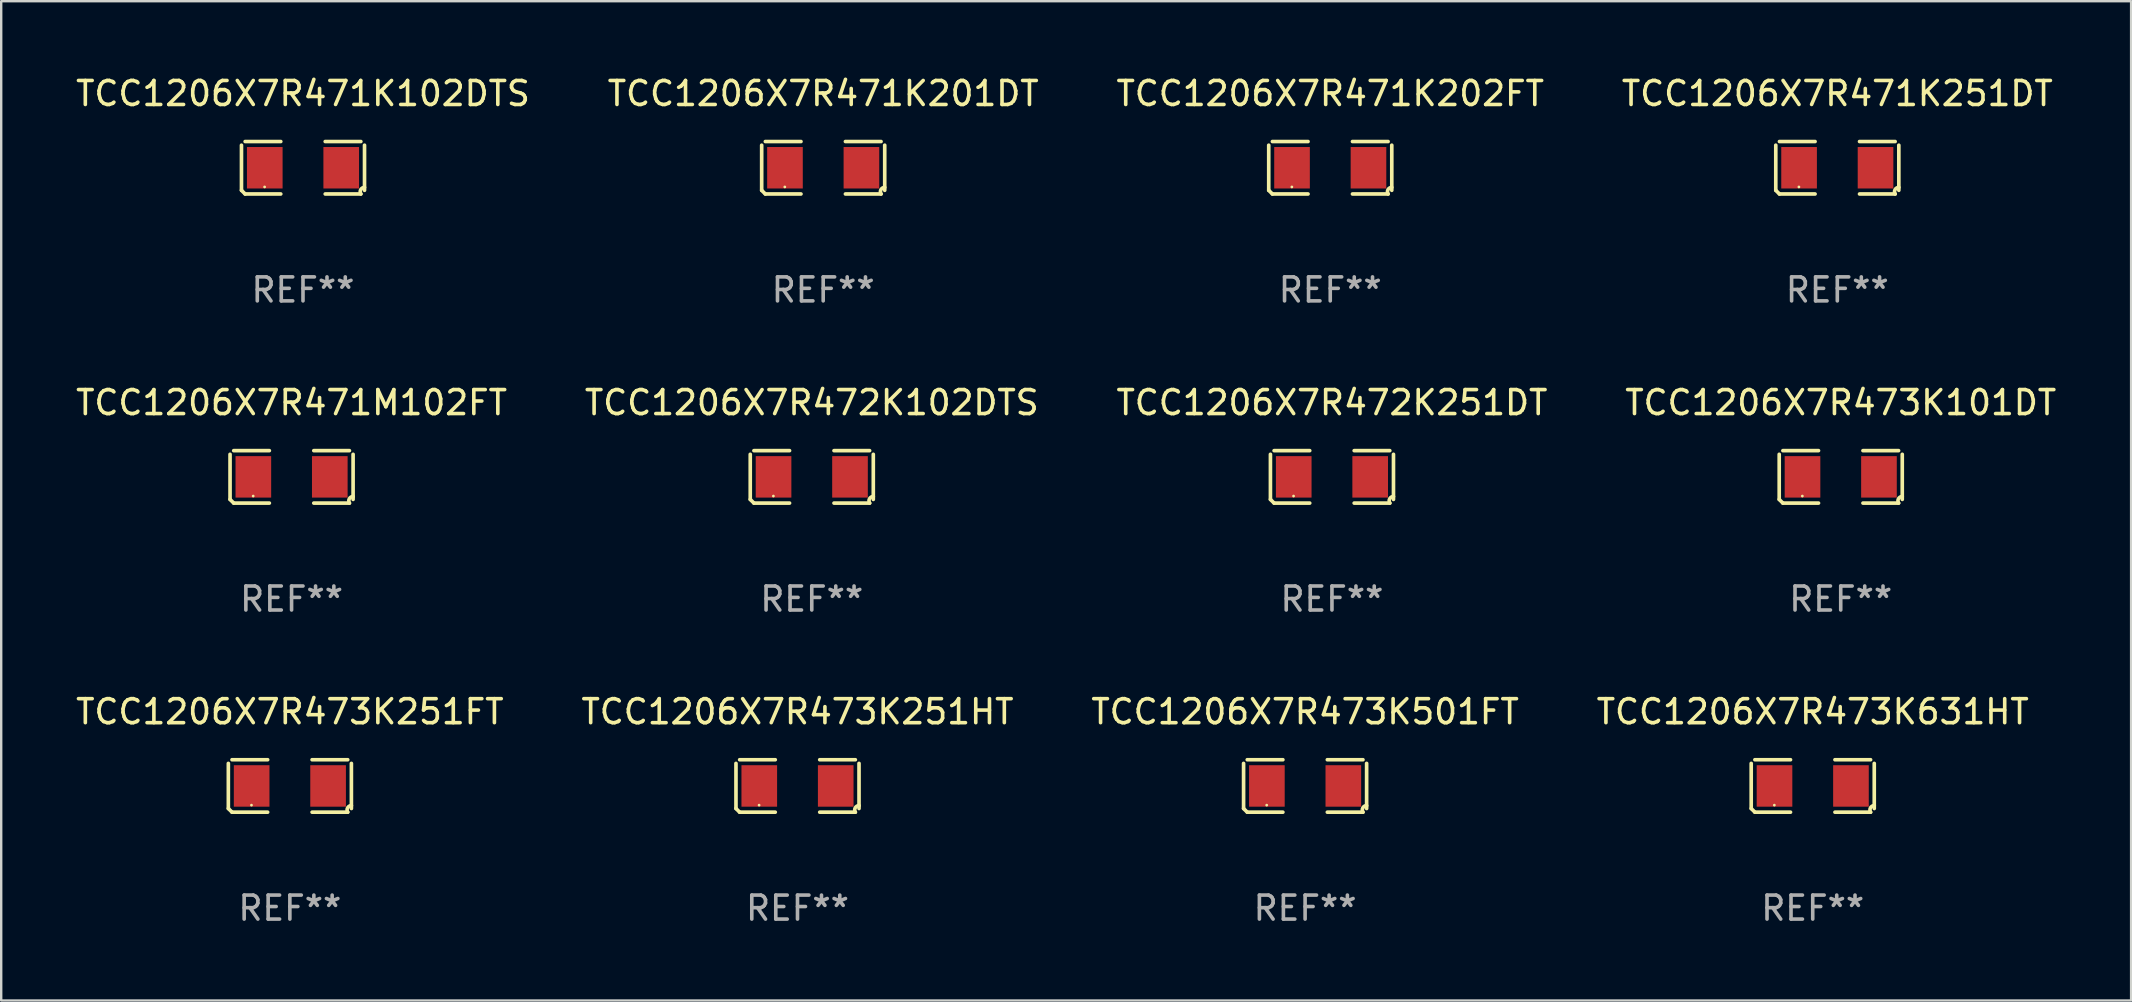
<source format=kicad_pcb>
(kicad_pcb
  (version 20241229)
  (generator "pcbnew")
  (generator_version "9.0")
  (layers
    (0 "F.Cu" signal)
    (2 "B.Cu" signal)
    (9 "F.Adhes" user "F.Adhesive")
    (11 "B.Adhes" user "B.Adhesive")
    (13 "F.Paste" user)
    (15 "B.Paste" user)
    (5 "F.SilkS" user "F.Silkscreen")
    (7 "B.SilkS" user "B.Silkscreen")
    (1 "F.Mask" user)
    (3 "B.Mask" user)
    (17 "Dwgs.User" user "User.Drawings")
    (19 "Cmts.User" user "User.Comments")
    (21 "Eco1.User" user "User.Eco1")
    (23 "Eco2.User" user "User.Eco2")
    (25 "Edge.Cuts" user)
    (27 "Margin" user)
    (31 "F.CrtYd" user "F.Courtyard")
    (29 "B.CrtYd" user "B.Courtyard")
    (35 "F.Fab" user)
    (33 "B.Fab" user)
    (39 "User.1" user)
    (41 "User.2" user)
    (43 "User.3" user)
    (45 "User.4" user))
  (footprint "TCC1206X7R471K251DT"
    (layer "F.Cu")
    (at 73.518 3.941)
    (property "Reference" "TCC1206X7R471K251DT" (at 0 -3.093 0) (layer "F.SilkS") (effects (font (size 1 1) (thickness 0.15))))
    (attr through_hole)
    (fp_line (start -2.564 0.94) (end -2.564 -0.94) (stroke (width 0.152) (type solid)) (layer "F.SilkS"))
    (fp_line (start -2.411 -1.093) (end -0.926 -1.093) (stroke (width 0.152) (type solid)) (layer "F.SilkS"))
    (fp_line (start -0.926 1.093) (end -2.411 1.093) (stroke (width 0.152) (type solid)) (layer "F.SilkS"))
    (fp_line (start 0.926 1.093) (end 2.411 1.093) (stroke (width 0.152) (type solid)) (layer "F.SilkS"))
    (fp_line (start 2.411 -1.093) (end 0.926 -1.093) (stroke (width 0.152) (type solid)) (layer "F.SilkS"))
    (fp_line (start 2.564 0.94) (end 2.564 -0.94) (stroke (width 0.152) (type solid)) (layer "F.SilkS"))
    (fp_arc (start -2.411201 1.092609) (mid -2.487413 1.01642) (end -2.563602 0.940208) (stroke (width 0.1524) (type solid)) (layer "F.SilkS"))
    (fp_arc (start 2.411201 1.092609) (mid 2.407159 0.911226) (end 2.563602 0.819347) (stroke (width 0.1524) (type solid)) (layer "F.SilkS"))
    (fp_circle (center -1.6 0.8) (end -1.57 0.8) (stroke (width 0.06) (type solid)) (fill no) (layer "F.SilkS"))
    (fp_text user "REF**" (at 0 5.093 0) (layer "F.Fab") (effects (font (size 1 1) (thickness 0.15))))
    (pad "1" smd rect (at -1.593 0) (size 1.485 1.728) (layers "F.Cu" "F.Mask" "F.Paste"))
    (pad "2" smd rect (at 1.593 0) (size 1.485 1.728) (layers "F.Cu" "F.Mask" "F.Paste")))
  (footprint "TCC1206X7R472K102DTS"
    (layer "F.Cu")
    (at 30.78 16.823)
    (property "Reference" "TCC1206X7R472K102DTS" (at 0 -3.093 0) (layer "F.SilkS") (effects (font (size 1 1) (thickness 0.15))))
    (attr through_hole)
    (fp_line (start -2.564 0.94) (end -2.564 -0.94) (stroke (width 0.152) (type solid)) (layer "F.SilkS"))
    (fp_line (start -2.411 -1.093) (end -0.926 -1.093) (stroke (width 0.152) (type solid)) (layer "F.SilkS"))
    (fp_line (start -0.926 1.093) (end -2.411 1.093) (stroke (width 0.152) (type solid)) (layer "F.SilkS"))
    (fp_line (start 0.926 1.093) (end 2.411 1.093) (stroke (width 0.152) (type solid)) (layer "F.SilkS"))
    (fp_line (start 2.411 -1.093) (end 0.926 -1.093) (stroke (width 0.152) (type solid)) (layer "F.SilkS"))
    (fp_line (start 2.564 0.94) (end 2.564 -0.94) (stroke (width 0.152) (type solid)) (layer "F.SilkS"))
    (fp_arc (start -2.411201 1.092609) (mid -2.487413 1.01642) (end -2.563602 0.940208) (stroke (width 0.1524) (type solid)) (layer "F.SilkS"))
    (fp_arc (start 2.411201 1.092609) (mid 2.407159 0.911226) (end 2.563602 0.819347) (stroke (width 0.1524) (type solid)) (layer "F.SilkS"))
    (fp_circle (center -1.6 0.8) (end -1.57 0.8) (stroke (width 0.06) (type solid)) (fill no) (layer "F.SilkS"))
    (fp_text user "REF**" (at 0 5.093 0) (layer "F.Fab") (effects (font (size 1 1) (thickness 0.15))))
    (pad "1" smd rect (at -1.593 0) (size 1.485 1.728) (layers "F.Cu" "F.Mask" "F.Paste"))
    (pad "2" smd rect (at 1.593 0) (size 1.485 1.728) (layers "F.Cu" "F.Mask" "F.Paste")))
  (footprint "TCC1206X7R473K251HT"
    (layer "F.Cu")
    (at 30.185 29.704)
    (property "Reference" "TCC1206X7R473K251HT" (at 0 -3.093 0) (layer "F.SilkS") (effects (font (size 1 1) (thickness 0.15))))
    (attr through_hole)
    (fp_line (start -2.564 0.94) (end -2.564 -0.94) (stroke (width 0.152) (type solid)) (layer "F.SilkS"))
    (fp_line (start -2.411 -1.093) (end -0.926 -1.093) (stroke (width 0.152) (type solid)) (layer "F.SilkS"))
    (fp_line (start -0.926 1.093) (end -2.411 1.093) (stroke (width 0.152) (type solid)) (layer "F.SilkS"))
    (fp_line (start 0.926 1.093) (end 2.411 1.093) (stroke (width 0.152) (type solid)) (layer "F.SilkS"))
    (fp_line (start 2.411 -1.093) (end 0.926 -1.093) (stroke (width 0.152) (type solid)) (layer "F.SilkS"))
    (fp_line (start 2.564 0.94) (end 2.564 -0.94) (stroke (width 0.152) (type solid)) (layer "F.SilkS"))
    (fp_arc (start -2.411201 1.092609) (mid -2.487413 1.01642) (end -2.563602 0.940208) (stroke (width 0.1524) (type solid)) (layer "F.SilkS"))
    (fp_arc (start 2.411201 1.092609) (mid 2.407159 0.911226) (end 2.563602 0.819347) (stroke (width 0.1524) (type solid)) (layer "F.SilkS"))
    (fp_circle (center -1.6 0.8) (end -1.57 0.8) (stroke (width 0.06) (type solid)) (fill no) (layer "F.SilkS"))
    (fp_text user "REF**" (at 0 5.093 0) (layer "F.Fab") (effects (font (size 1 1) (thickness 0.15))))
    (pad "1" smd rect (at -1.593 0) (size 1.485 1.728) (layers "F.Cu" "F.Mask" "F.Paste"))
    (pad "2" smd rect (at 1.593 0) (size 1.485 1.728) (layers "F.Cu" "F.Mask" "F.Paste")))
  (footprint "TCC1206X7R473K501FT"
    (layer "F.Cu")
    (at 51.339 29.704)
    (property "Reference" "TCC1206X7R473K501FT" (at 0 -3.093 0) (layer "F.SilkS") (effects (font (size 1 1) (thickness 0.15))))
    (attr through_hole)
    (fp_line (start -2.564 0.94) (end -2.564 -0.94) (stroke (width 0.152) (type solid)) (layer "F.SilkS"))
    (fp_line (start -2.411 -1.093) (end -0.926 -1.093) (stroke (width 0.152) (type solid)) (layer "F.SilkS"))
    (fp_line (start -0.926 1.093) (end -2.411 1.093) (stroke (width 0.152) (type solid)) (layer "F.SilkS"))
    (fp_line (start 0.926 1.093) (end 2.411 1.093) (stroke (width 0.152) (type solid)) (layer "F.SilkS"))
    (fp_line (start 2.411 -1.093) (end 0.926 -1.093) (stroke (width 0.152) (type solid)) (layer "F.SilkS"))
    (fp_line (start 2.564 0.94) (end 2.564 -0.94) (stroke (width 0.152) (type solid)) (layer "F.SilkS"))
    (fp_arc (start -2.411201 1.092609) (mid -2.487413 1.01642) (end -2.563602 0.940208) (stroke (width 0.1524) (type solid)) (layer "F.SilkS"))
    (fp_arc (start 2.411201 1.092609) (mid 2.407159 0.911226) (end 2.563602 0.819347) (stroke (width 0.1524) (type solid)) (layer "F.SilkS"))
    (fp_circle (center -1.6 0.8) (end -1.57 0.8) (stroke (width 0.06) (type solid)) (fill no) (layer "F.SilkS"))
    (fp_text user "REF**" (at 0 5.093 0) (layer "F.Fab") (effects (font (size 1 1) (thickness 0.15))))
    (pad "1" smd rect (at -1.593 0) (size 1.485 1.728) (layers "F.Cu" "F.Mask" "F.Paste"))
    (pad "2" smd rect (at 1.593 0) (size 1.485 1.728) (layers "F.Cu" "F.Mask" "F.Paste")))
  (footprint "TCC1206X7R473K251FT"
    (layer "F.Cu")
    (at 9.03 29.704)
    (property "Reference" "TCC1206X7R473K251FT" (at 0 -3.093 0) (layer "F.SilkS") (effects (font (size 1 1) (thickness 0.15))))
    (attr through_hole)
    (fp_line (start -2.564 0.94) (end -2.564 -0.94) (stroke (width 0.152) (type solid)) (layer "F.SilkS"))
    (fp_line (start -2.411 -1.093) (end -0.926 -1.093) (stroke (width 0.152) (type solid)) (layer "F.SilkS"))
    (fp_line (start -0.926 1.093) (end -2.411 1.093) (stroke (width 0.152) (type solid)) (layer "F.SilkS"))
    (fp_line (start 0.926 1.093) (end 2.411 1.093) (stroke (width 0.152) (type solid)) (layer "F.SilkS"))
    (fp_line (start 2.411 -1.093) (end 0.926 -1.093) (stroke (width 0.152) (type solid)) (layer "F.SilkS"))
    (fp_line (start 2.564 0.94) (end 2.564 -0.94) (stroke (width 0.152) (type solid)) (layer "F.SilkS"))
    (fp_arc (start -2.411201 1.092609) (mid -2.487413 1.01642) (end -2.563602 0.940208) (stroke (width 0.1524) (type solid)) (layer "F.SilkS"))
    (fp_arc (start 2.411201 1.092609) (mid 2.407159 0.911226) (end 2.563602 0.819347) (stroke (width 0.1524) (type solid)) (layer "F.SilkS"))
    (fp_circle (center -1.6 0.8) (end -1.57 0.8) (stroke (width 0.06) (type solid)) (fill no) (layer "F.SilkS"))
    (fp_text user "REF**" (at 0 5.093 0) (layer "F.Fab") (effects (font (size 1 1) (thickness 0.15))))
    (pad "1" smd rect (at -1.593 0) (size 1.485 1.728) (layers "F.Cu" "F.Mask" "F.Paste"))
    (pad "2" smd rect (at 1.593 0) (size 1.485 1.728) (layers "F.Cu" "F.Mask" "F.Paste")))
  (footprint "TCC1206X7R472K251DT"
    (layer "F.Cu")
    (at 52.458 16.823)
    (property "Reference" "TCC1206X7R472K251DT" (at 0 -3.093 0) (layer "F.SilkS") (effects (font (size 1 1) (thickness 0.15))))
    (attr through_hole)
    (fp_line (start -2.564 0.94) (end -2.564 -0.94) (stroke (width 0.152) (type solid)) (layer "F.SilkS"))
    (fp_line (start -2.411 -1.093) (end -0.926 -1.093) (stroke (width 0.152) (type solid)) (layer "F.SilkS"))
    (fp_line (start -0.926 1.093) (end -2.411 1.093) (stroke (width 0.152) (type solid)) (layer "F.SilkS"))
    (fp_line (start 0.926 1.093) (end 2.411 1.093) (stroke (width 0.152) (type solid)) (layer "F.SilkS"))
    (fp_line (start 2.411 -1.093) (end 0.926 -1.093) (stroke (width 0.152) (type solid)) (layer "F.SilkS"))
    (fp_line (start 2.564 0.94) (end 2.564 -0.94) (stroke (width 0.152) (type solid)) (layer "F.SilkS"))
    (fp_arc (start -2.411201 1.092609) (mid -2.487413 1.01642) (end -2.563602 0.940208) (stroke (width 0.1524) (type solid)) (layer "F.SilkS"))
    (fp_arc (start 2.411201 1.092609) (mid 2.407159 0.911226) (end 2.563602 0.819347) (stroke (width 0.1524) (type solid)) (layer "F.SilkS"))
    (fp_circle (center -1.6 0.8) (end -1.57 0.8) (stroke (width 0.06) (type solid)) (fill no) (layer "F.SilkS"))
    (fp_text user "REF**" (at 0 5.093 0) (layer "F.Fab") (effects (font (size 1 1) (thickness 0.15))))
    (pad "1" smd rect (at -1.593 0) (size 1.485 1.728) (layers "F.Cu" "F.Mask" "F.Paste"))
    (pad "2" smd rect (at 1.593 0) (size 1.485 1.728) (layers "F.Cu" "F.Mask" "F.Paste")))
  (footprint "TCC1206X7R471K201DT"
    (layer "F.Cu")
    (at 31.256 3.941)
    (property "Reference" "TCC1206X7R471K201DT" (at 0 -3.093 0) (layer "F.SilkS") (effects (font (size 1 1) (thickness 0.15))))
    (attr through_hole)
    (fp_line (start -2.564 0.94) (end -2.564 -0.94) (stroke (width 0.152) (type solid)) (layer "F.SilkS"))
    (fp_line (start -2.411 -1.093) (end -0.926 -1.093) (stroke (width 0.152) (type solid)) (layer "F.SilkS"))
    (fp_line (start -0.926 1.093) (end -2.411 1.093) (stroke (width 0.152) (type solid)) (layer "F.SilkS"))
    (fp_line (start 0.926 1.093) (end 2.411 1.093) (stroke (width 0.152) (type solid)) (layer "F.SilkS"))
    (fp_line (start 2.411 -1.093) (end 0.926 -1.093) (stroke (width 0.152) (type solid)) (layer "F.SilkS"))
    (fp_line (start 2.564 0.94) (end 2.564 -0.94) (stroke (width 0.152) (type solid)) (layer "F.SilkS"))
    (fp_arc (start -2.411201 1.092609) (mid -2.487413 1.01642) (end -2.563602 0.940208) (stroke (width 0.1524) (type solid)) (layer "F.SilkS"))
    (fp_arc (start 2.411201 1.092609) (mid 2.407159 0.911226) (end 2.563602 0.819347) (stroke (width 0.1524) (type solid)) (layer "F.SilkS"))
    (fp_circle (center -1.6 0.8) (end -1.57 0.8) (stroke (width 0.06) (type solid)) (fill no) (layer "F.SilkS"))
    (fp_text user "REF**" (at 0 5.093 0) (layer "F.Fab") (effects (font (size 1 1) (thickness 0.15))))
    (pad "1" smd rect (at -1.593 0) (size 1.485 1.728) (layers "F.Cu" "F.Mask" "F.Paste"))
    (pad "2" smd rect (at 1.593 0) (size 1.485 1.728) (layers "F.Cu" "F.Mask" "F.Paste")))
  (footprint "TCC1206X7R473K631HT"
    (layer "F.Cu")
    (at 72.494 29.704)
    (property "Reference" "TCC1206X7R473K631HT" (at 0 -3.093 0) (layer "F.SilkS") (effects (font (size 1 1) (thickness 0.15))))
    (attr through_hole)
    (fp_line (start -2.564 0.94) (end -2.564 -0.94) (stroke (width 0.152) (type solid)) (layer "F.SilkS"))
    (fp_line (start -2.411 -1.093) (end -0.926 -1.093) (stroke (width 0.152) (type solid)) (layer "F.SilkS"))
    (fp_line (start -0.926 1.093) (end -2.411 1.093) (stroke (width 0.152) (type solid)) (layer "F.SilkS"))
    (fp_line (start 0.926 1.093) (end 2.411 1.093) (stroke (width 0.152) (type solid)) (layer "F.SilkS"))
    (fp_line (start 2.411 -1.093) (end 0.926 -1.093) (stroke (width 0.152) (type solid)) (layer "F.SilkS"))
    (fp_line (start 2.564 0.94) (end 2.564 -0.94) (stroke (width 0.152) (type solid)) (layer "F.SilkS"))
    (fp_arc (start -2.411201 1.092609) (mid -2.487413 1.01642) (end -2.563602 0.940208) (stroke (width 0.1524) (type solid)) (layer "F.SilkS"))
    (fp_arc (start 2.411201 1.092609) (mid 2.407159 0.911226) (end 2.563602 0.819347) (stroke (width 0.1524) (type solid)) (layer "F.SilkS"))
    (fp_circle (center -1.6 0.8) (end -1.57 0.8) (stroke (width 0.06) (type solid)) (fill no) (layer "F.SilkS"))
    (fp_text user "REF**" (at 0 5.093 0) (layer "F.Fab") (effects (font (size 1 1) (thickness 0.15))))
    (pad "1" smd rect (at -1.593 0) (size 1.485 1.728) (layers "F.Cu" "F.Mask" "F.Paste"))
    (pad "2" smd rect (at 1.593 0) (size 1.485 1.728) (layers "F.Cu" "F.Mask" "F.Paste")))
  (footprint "TCC1206X7R473K101DT"
    (layer "F.Cu")
    (at 73.661 16.823)
    (property "Reference" "TCC1206X7R473K101DT" (at 0 -3.093 0) (layer "F.SilkS") (effects (font (size 1 1) (thickness 0.15))))
    (attr through_hole)
    (fp_line (start -2.564 0.94) (end -2.564 -0.94) (stroke (width 0.152) (type solid)) (layer "F.SilkS"))
    (fp_line (start -2.411 -1.093) (end -0.926 -1.093) (stroke (width 0.152) (type solid)) (layer "F.SilkS"))
    (fp_line (start -0.926 1.093) (end -2.411 1.093) (stroke (width 0.152) (type solid)) (layer "F.SilkS"))
    (fp_line (start 0.926 1.093) (end 2.411 1.093) (stroke (width 0.152) (type solid)) (layer "F.SilkS"))
    (fp_line (start 2.411 -1.093) (end 0.926 -1.093) (stroke (width 0.152) (type solid)) (layer "F.SilkS"))
    (fp_line (start 2.564 0.94) (end 2.564 -0.94) (stroke (width 0.152) (type solid)) (layer "F.SilkS"))
    (fp_arc (start -2.411201 1.092609) (mid -2.487413 1.01642) (end -2.563602 0.940208) (stroke (width 0.1524) (type solid)) (layer "F.SilkS"))
    (fp_arc (start 2.411201 1.092609) (mid 2.407159 0.911226) (end 2.563602 0.819347) (stroke (width 0.1524) (type solid)) (layer "F.SilkS"))
    (fp_circle (center -1.6 0.8) (end -1.57 0.8) (stroke (width 0.06) (type solid)) (fill no) (layer "F.SilkS"))
    (fp_text user "REF**" (at 0 5.093 0) (layer "F.Fab") (effects (font (size 1 1) (thickness 0.15))))
    (pad "1" smd rect (at -1.593 0) (size 1.485 1.728) (layers "F.Cu" "F.Mask" "F.Paste"))
    (pad "2" smd rect (at 1.593 0) (size 1.485 1.728) (layers "F.Cu" "F.Mask" "F.Paste")))
  (footprint "TCC1206X7R471M102FT"
    (layer "F.Cu")
    (at 9.101 16.823)
    (property "Reference" "TCC1206X7R471M102FT" (at 0 -3.093 0) (layer "F.SilkS") (effects (font (size 1 1) (thickness 0.15))))
    (attr through_hole)
    (fp_line (start -2.564 0.94) (end -2.564 -0.94) (stroke (width 0.152) (type solid)) (layer "F.SilkS"))
    (fp_line (start -2.411 -1.093) (end -0.926 -1.093) (stroke (width 0.152) (type solid)) (layer "F.SilkS"))
    (fp_line (start -0.926 1.093) (end -2.411 1.093) (stroke (width 0.152) (type solid)) (layer "F.SilkS"))
    (fp_line (start 0.926 1.093) (end 2.411 1.093) (stroke (width 0.152) (type solid)) (layer "F.SilkS"))
    (fp_line (start 2.411 -1.093) (end 0.926 -1.093) (stroke (width 0.152) (type solid)) (layer "F.SilkS"))
    (fp_line (start 2.564 0.94) (end 2.564 -0.94) (stroke (width 0.152) (type solid)) (layer "F.SilkS"))
    (fp_arc (start -2.411201 1.092609) (mid -2.487413 1.01642) (end -2.563602 0.940208) (stroke (width 0.1524) (type solid)) (layer "F.SilkS"))
    (fp_arc (start 2.411201 1.092609) (mid 2.407159 0.911226) (end 2.563602 0.819347) (stroke (width 0.1524) (type solid)) (layer "F.SilkS"))
    (fp_circle (center -1.6 0.8) (end -1.57 0.8) (stroke (width 0.06) (type solid)) (fill no) (layer "F.SilkS"))
    (fp_text user "REF**" (at 0 5.093 0) (layer "F.Fab") (effects (font (size 1 1) (thickness 0.15))))
    (pad "1" smd rect (at -1.593 0) (size 1.485 1.728) (layers "F.Cu" "F.Mask" "F.Paste"))
    (pad "2" smd rect (at 1.593 0) (size 1.485 1.728) (layers "F.Cu" "F.Mask" "F.Paste")))
  (footprint "TCC1206X7R471K102DTS"
    (layer "F.Cu")
    (at 9.577 3.941)
    (property "Reference" "TCC1206X7R471K102DTS" (at 0 -3.093 0) (layer "F.SilkS") (effects (font (size 1 1) (thickness 0.15))))
    (attr through_hole)
    (fp_line (start -2.564 0.94) (end -2.564 -0.94) (stroke (width 0.152) (type solid)) (layer "F.SilkS"))
    (fp_line (start -2.411 -1.093) (end -0.926 -1.093) (stroke (width 0.152) (type solid)) (layer "F.SilkS"))
    (fp_line (start -0.926 1.093) (end -2.411 1.093) (stroke (width 0.152) (type solid)) (layer "F.SilkS"))
    (fp_line (start 0.926 1.093) (end 2.411 1.093) (stroke (width 0.152) (type solid)) (layer "F.SilkS"))
    (fp_line (start 2.411 -1.093) (end 0.926 -1.093) (stroke (width 0.152) (type solid)) (layer "F.SilkS"))
    (fp_line (start 2.564 0.94) (end 2.564 -0.94) (stroke (width 0.152) (type solid)) (layer "F.SilkS"))
    (fp_arc (start -2.411201 1.092609) (mid -2.487413 1.01642) (end -2.563602 0.940208) (stroke (width 0.1524) (type solid)) (layer "F.SilkS"))
    (fp_arc (start 2.411201 1.092609) (mid 2.407159 0.911226) (end 2.563602 0.819347) (stroke (width 0.1524) (type solid)) (layer "F.SilkS"))
    (fp_circle (center -1.6 0.8) (end -1.57 0.8) (stroke (width 0.06) (type solid)) (fill no) (layer "F.SilkS"))
    (fp_text user "REF**" (at 0 5.093 0) (layer "F.Fab") (effects (font (size 1 1) (thickness 0.15))))
    (pad "1" smd rect (at -1.593 0) (size 1.485 1.728) (layers "F.Cu" "F.Mask" "F.Paste"))
    (pad "2" smd rect (at 1.593 0) (size 1.485 1.728) (layers "F.Cu" "F.Mask" "F.Paste")))
  (footprint "TCC1206X7R471K202FT"
    (layer "F.Cu")
    (at 52.387 3.941)
    (property "Reference" "TCC1206X7R471K202FT" (at 0 -3.093 0) (layer "F.SilkS") (effects (font (size 1 1) (thickness 0.15))))
    (attr through_hole)
    (fp_line (start -2.564 0.94) (end -2.564 -0.94) (stroke (width 0.152) (type solid)) (layer "F.SilkS"))
    (fp_line (start -2.411 -1.093) (end -0.926 -1.093) (stroke (width 0.152) (type solid)) (layer "F.SilkS"))
    (fp_line (start -0.926 1.093) (end -2.411 1.093) (stroke (width 0.152) (type solid)) (layer "F.SilkS"))
    (fp_line (start 0.926 1.093) (end 2.411 1.093) (stroke (width 0.152) (type solid)) (layer "F.SilkS"))
    (fp_line (start 2.411 -1.093) (end 0.926 -1.093) (stroke (width 0.152) (type solid)) (layer "F.SilkS"))
    (fp_line (start 2.564 0.94) (end 2.564 -0.94) (stroke (width 0.152) (type solid)) (layer "F.SilkS"))
    (fp_arc (start -2.411201 1.092609) (mid -2.487413 1.01642) (end -2.563602 0.940208) (stroke (width 0.1524) (type solid)) (layer "F.SilkS"))
    (fp_arc (start 2.411201 1.092609) (mid 2.407159 0.911226) (end 2.563602 0.819347) (stroke (width 0.1524) (type solid)) (layer "F.SilkS"))
    (fp_circle (center -1.6 0.8) (end -1.57 0.8) (stroke (width 0.06) (type solid)) (fill no) (layer "F.SilkS"))
    (fp_text user "REF**" (at 0 5.093 0) (layer "F.Fab") (effects (font (size 1 1) (thickness 0.15))))
    (pad "1" smd rect (at -1.593 0) (size 1.485 1.728) (layers "F.Cu" "F.Mask" "F.Paste"))
    (pad "2" smd rect (at 1.593 0) (size 1.485 1.728) (layers "F.Cu" "F.Mask" "F.Paste")))
  (gr_rect
    (start -3 -3)
    (end 85.762 38.645)
    (stroke (width 0.1) (type default))
    (fill no)
    (layer "Edge.Cuts")))
</source>
